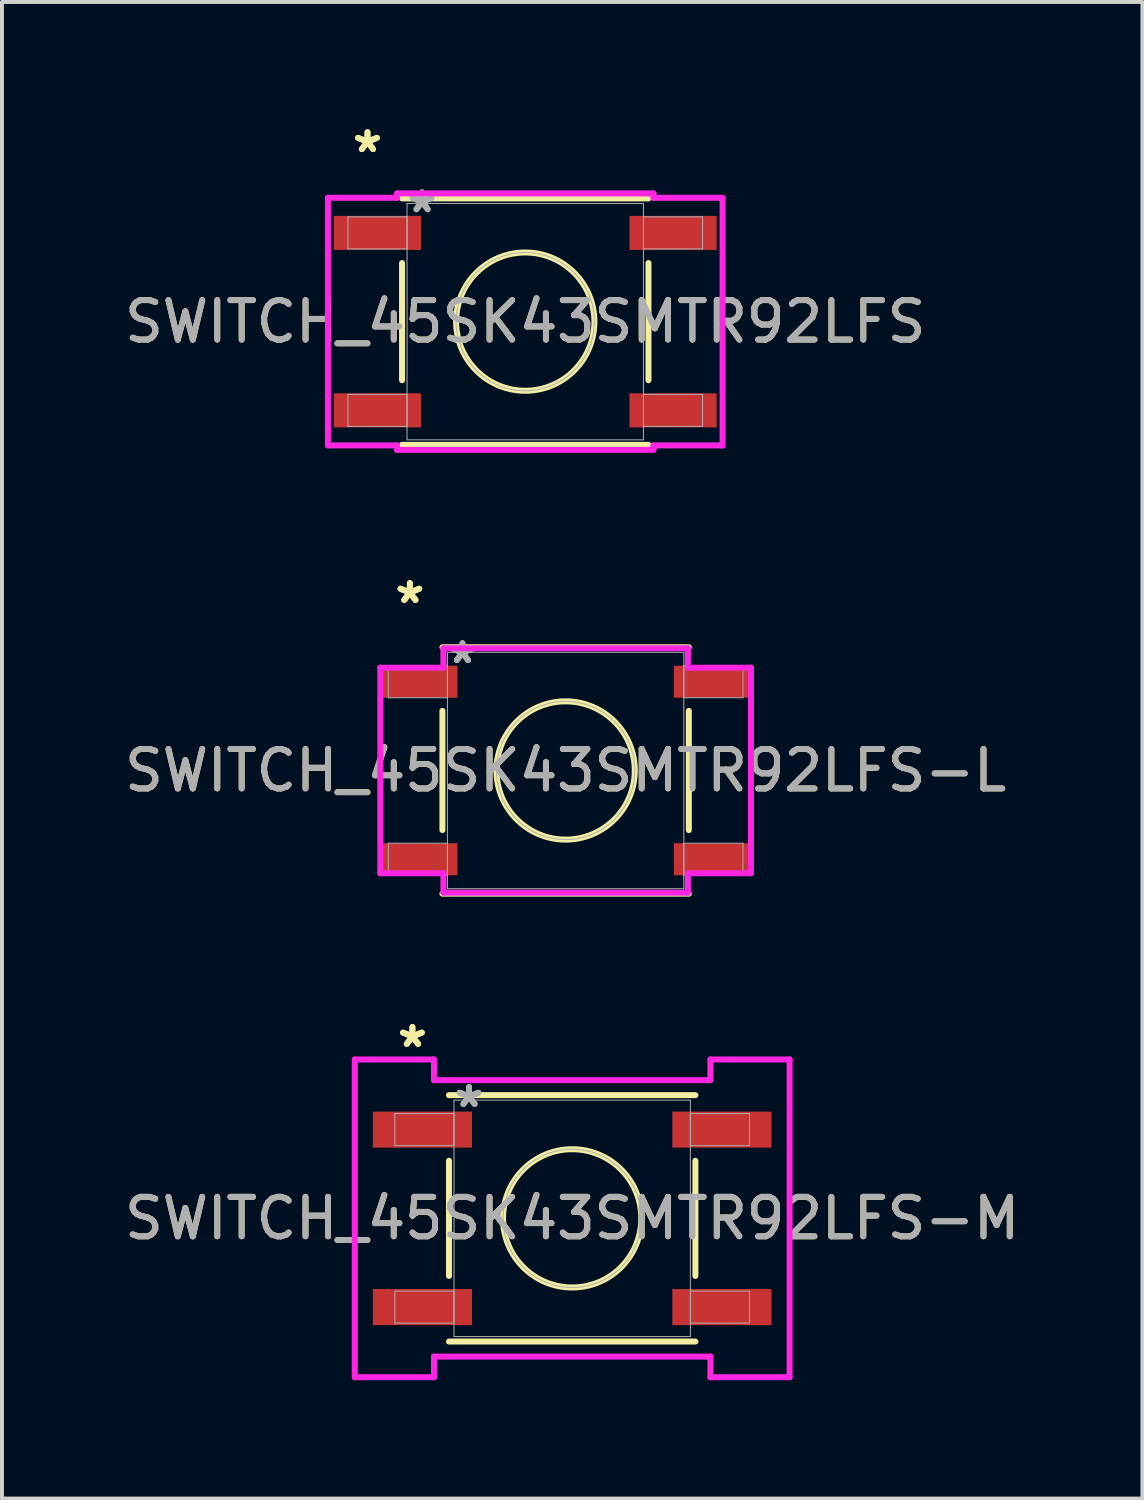
<source format=kicad_pcb>
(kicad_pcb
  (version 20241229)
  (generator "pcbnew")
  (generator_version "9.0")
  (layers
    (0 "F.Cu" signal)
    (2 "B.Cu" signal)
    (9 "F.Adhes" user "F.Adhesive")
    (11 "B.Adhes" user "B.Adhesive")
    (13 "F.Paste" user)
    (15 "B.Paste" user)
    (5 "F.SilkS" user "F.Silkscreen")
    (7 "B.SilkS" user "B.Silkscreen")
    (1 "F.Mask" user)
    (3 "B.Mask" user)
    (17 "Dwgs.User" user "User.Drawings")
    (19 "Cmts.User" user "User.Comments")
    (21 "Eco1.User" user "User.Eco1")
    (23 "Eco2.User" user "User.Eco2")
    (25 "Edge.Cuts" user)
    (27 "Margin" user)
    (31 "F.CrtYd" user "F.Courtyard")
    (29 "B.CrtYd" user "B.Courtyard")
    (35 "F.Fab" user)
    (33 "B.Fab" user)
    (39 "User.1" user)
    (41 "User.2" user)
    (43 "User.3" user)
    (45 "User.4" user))
  (footprint "SWITCH_45SK43SMTR92LFS-M"
    (layer "F.Cu")
    (at 11.458 27.842)
    (property "Reference" "SWITCH_45SK43SMTR92LFS-M" (at 0 0 0) (unlocked yes) (layer "F.SilkS") (effects (font (size 1 1) (thickness 0.15))))
    (attr smd)
    (fp_line (start -3.124 -1.46) (end -3.124 1.46) (stroke (width 0.152) (type solid)) (layer "F.SilkS"))
    (fp_line (start -3.124 3.124) (end 3.124 3.124) (stroke (width 0.152) (type solid)) (layer "F.SilkS"))
    (fp_line (start 3.124 -3.124) (end -3.124 -3.124) (stroke (width 0.152) (type solid)) (layer "F.SilkS"))
    (fp_line (start 3.124 1.46) (end 3.124 -1.46) (stroke (width 0.152) (type solid)) (layer "F.SilkS"))
    (fp_circle (center 0 0) (end 1.753 0) (stroke (width 0.152) (type solid)) (fill no) (layer "F.SilkS"))
    (fp_line (start -5.512 -4.028) (end -3.505 -4.028) (stroke (width 0.152) (type solid)) (layer "F.CrtYd"))
    (fp_line (start -5.512 4.028) (end -5.512 -4.028) (stroke (width 0.152) (type solid)) (layer "F.CrtYd"))
    (fp_line (start -3.505 -4.028) (end -3.505 -3.505) (stroke (width 0.152) (type solid)) (layer "F.CrtYd"))
    (fp_line (start -3.505 -3.505) (end 3.505 -3.505) (stroke (width 0.152) (type solid)) (layer "F.CrtYd"))
    (fp_line (start -3.505 3.505) (end -3.505 4.028) (stroke (width 0.152) (type solid)) (layer "F.CrtYd"))
    (fp_line (start -3.505 4.028) (end -5.512 4.028) (stroke (width 0.152) (type solid)) (layer "F.CrtYd"))
    (fp_line (start 3.505 -4.028) (end 5.512 -4.028) (stroke (width 0.152) (type solid)) (layer "F.CrtYd"))
    (fp_line (start 3.505 -3.505) (end 3.505 -4.028) (stroke (width 0.152) (type solid)) (layer "F.CrtYd"))
    (fp_line (start 3.505 3.505) (end -3.505 3.505) (stroke (width 0.152) (type solid)) (layer "F.CrtYd"))
    (fp_line (start 3.505 4.028) (end 3.505 3.505) (stroke (width 0.152) (type solid)) (layer "F.CrtYd"))
    (fp_line (start 5.512 -4.028) (end 5.512 4.028) (stroke (width 0.152) (type solid)) (layer "F.CrtYd"))
    (fp_line (start 5.512 4.028) (end 3.505 4.028) (stroke (width 0.152) (type solid)) (layer "F.CrtYd"))
    (fp_line (start -4.496 -2.656) (end -4.496 -1.844) (stroke (width 0.025) (type solid)) (layer "F.Fab"))
    (fp_line (start -4.496 -1.844) (end -2.997 -1.844) (stroke (width 0.025) (type solid)) (layer "F.Fab"))
    (fp_line (start -4.496 1.844) (end -4.496 2.656) (stroke (width 0.025) (type solid)) (layer "F.Fab"))
    (fp_line (start -4.496 2.656) (end -2.997 2.656) (stroke (width 0.025) (type solid)) (layer "F.Fab"))
    (fp_line (start -2.997 -2.997) (end -2.997 2.997) (stroke (width 0.025) (type solid)) (layer "F.Fab"))
    (fp_line (start -2.997 -2.656) (end -4.496 -2.656) (stroke (width 0.025) (type solid)) (layer "F.Fab"))
    (fp_line (start -2.997 -1.844) (end -2.997 -2.656) (stroke (width 0.025) (type solid)) (layer "F.Fab"))
    (fp_line (start -2.997 1.844) (end -4.496 1.844) (stroke (width 0.025) (type solid)) (layer "F.Fab"))
    (fp_line (start -2.997 2.656) (end -2.997 1.844) (stroke (width 0.025) (type solid)) (layer "F.Fab"))
    (fp_line (start -2.997 2.997) (end 2.997 2.997) (stroke (width 0.025) (type solid)) (layer "F.Fab"))
    (fp_line (start 2.997 -2.997) (end -2.997 -2.997) (stroke (width 0.025) (type solid)) (layer "F.Fab"))
    (fp_line (start 2.997 -2.656) (end 2.997 -1.844) (stroke (width 0.025) (type solid)) (layer "F.Fab"))
    (fp_line (start 2.997 -1.844) (end 4.496 -1.844) (stroke (width 0.025) (type solid)) (layer "F.Fab"))
    (fp_line (start 2.997 1.844) (end 2.997 2.656) (stroke (width 0.025) (type solid)) (layer "F.Fab"))
    (fp_line (start 2.997 2.656) (end 4.496 2.656) (stroke (width 0.025) (type solid)) (layer "F.Fab"))
    (fp_line (start 2.997 2.997) (end 2.997 -2.997) (stroke (width 0.025) (type solid)) (layer "F.Fab"))
    (fp_line (start 4.496 -2.656) (end 2.997 -2.656) (stroke (width 0.025) (type solid)) (layer "F.Fab"))
    (fp_line (start 4.496 -1.844) (end 4.496 -2.656) (stroke (width 0.025) (type solid)) (layer "F.Fab"))
    (fp_line (start 4.496 1.844) (end 2.997 1.844) (stroke (width 0.025) (type solid)) (layer "F.Fab"))
    (fp_line (start 4.496 2.656) (end 4.496 1.844) (stroke (width 0.025) (type solid)) (layer "F.Fab"))
    (fp_circle (center 0 0) (end 1.753 0) (stroke (width 0.025) (type solid)) (fill no) (layer "F.Fab"))
    (fp_text user "*" (at -4.051 -4.307 0) (unlocked yes) (layer "F.SilkS") (effects (font (size 1 1) (thickness 0.15))))
    (fp_text user "*" (at -4.051 -4.307 0) (layer "F.SilkS") (effects (font (size 1 1) (thickness 0.15))))
    (fp_text user "*" (at -2.616 -2.783 0) (unlocked yes) (layer "F.Fab") (effects (font (size 1 1) (thickness 0.15))))
    (fp_text user "*" (at -2.616 -2.783 0) (layer "F.Fab") (effects (font (size 1 1) (thickness 0.15))))
    (fp_text user "${REFERENCE}" (at 0 0 0) (unlocked yes) (layer "F.Fab") (effects (font (size 1 1) (thickness 0.15))))
    (pad "1" smd rect (at -3.797 -2.25) (size 2.515 0.914) (layers "F.Cu" "F.Mask" "F.Paste"))
    (pad "2" smd rect (at 3.797 -2.25) (size 2.515 0.914) (layers "F.Cu" "F.Mask" "F.Paste"))
    (pad "3" smd rect (at -3.797 2.25) (size 2.515 0.914) (layers "F.Cu" "F.Mask" "F.Paste"))
    (pad "4" smd rect (at 3.797 2.25) (size 2.515 0.914) (layers "F.Cu" "F.Mask" "F.Paste")))
  (footprint "SWITCH_45SK43SMTR92LFS"
    (layer "F.Cu")
    (at 10.268 5.105)
    (property "Reference" "SWITCH_45SK43SMTR92LFS" (at 0 0 0) (unlocked yes) (layer "F.SilkS") (effects (font (size 1 1) (thickness 0.15))))
    (attr smd)
    (fp_line (start -3.124 -1.485) (end -3.124 1.485) (stroke (width 0.152) (type solid)) (layer "F.SilkS"))
    (fp_line (start -3.124 3.124) (end 3.124 3.124) (stroke (width 0.152) (type solid)) (layer "F.SilkS"))
    (fp_line (start 3.124 -3.124) (end -3.124 -3.124) (stroke (width 0.152) (type solid)) (layer "F.SilkS"))
    (fp_line (start 3.124 1.485) (end 3.124 -1.485) (stroke (width 0.152) (type solid)) (layer "F.SilkS"))
    (fp_circle (center 0 0) (end 1.753 0) (stroke (width 0.152) (type solid)) (fill no) (layer "F.SilkS"))
    (fp_line (start -5.004 -3.139) (end -3.251 -3.139) (stroke (width 0.152) (type solid)) (layer "F.CrtYd"))
    (fp_line (start -5.004 3.139) (end -5.004 -3.139) (stroke (width 0.152) (type solid)) (layer "F.CrtYd"))
    (fp_line (start -3.251 -3.251) (end 3.251 -3.251) (stroke (width 0.152) (type solid)) (layer "F.CrtYd"))
    (fp_line (start -3.251 -3.139) (end -3.251 -3.251) (stroke (width 0.152) (type solid)) (layer "F.CrtYd"))
    (fp_line (start -3.251 3.139) (end -5.004 3.139) (stroke (width 0.152) (type solid)) (layer "F.CrtYd"))
    (fp_line (start -3.251 3.251) (end -3.251 3.139) (stroke (width 0.152) (type solid)) (layer "F.CrtYd"))
    (fp_line (start 3.251 -3.251) (end 3.251 -3.139) (stroke (width 0.152) (type solid)) (layer "F.CrtYd"))
    (fp_line (start 3.251 -3.139) (end 5.004 -3.139) (stroke (width 0.152) (type solid)) (layer "F.CrtYd"))
    (fp_line (start 3.251 3.139) (end 3.251 3.251) (stroke (width 0.152) (type solid)) (layer "F.CrtYd"))
    (fp_line (start 3.251 3.251) (end -3.251 3.251) (stroke (width 0.152) (type solid)) (layer "F.CrtYd"))
    (fp_line (start 5.004 -3.139) (end 5.004 3.139) (stroke (width 0.152) (type solid)) (layer "F.CrtYd"))
    (fp_line (start 5.004 3.139) (end 3.251 3.139) (stroke (width 0.152) (type solid)) (layer "F.CrtYd"))
    (fp_line (start -4.496 -2.656) (end -4.496 -1.844) (stroke (width 0.025) (type solid)) (layer "F.Fab"))
    (fp_line (start -4.496 -1.844) (end -2.997 -1.844) (stroke (width 0.025) (type solid)) (layer "F.Fab"))
    (fp_line (start -4.496 1.844) (end -4.496 2.656) (stroke (width 0.025) (type solid)) (layer "F.Fab"))
    (fp_line (start -4.496 2.656) (end -2.997 2.656) (stroke (width 0.025) (type solid)) (layer "F.Fab"))
    (fp_line (start -2.997 -2.997) (end -2.997 2.997) (stroke (width 0.025) (type solid)) (layer "F.Fab"))
    (fp_line (start -2.997 -2.656) (end -4.496 -2.656) (stroke (width 0.025) (type solid)) (layer "F.Fab"))
    (fp_line (start -2.997 -1.844) (end -2.997 -2.656) (stroke (width 0.025) (type solid)) (layer "F.Fab"))
    (fp_line (start -2.997 1.844) (end -4.496 1.844) (stroke (width 0.025) (type solid)) (layer "F.Fab"))
    (fp_line (start -2.997 2.656) (end -2.997 1.844) (stroke (width 0.025) (type solid)) (layer "F.Fab"))
    (fp_line (start -2.997 2.997) (end 2.997 2.997) (stroke (width 0.025) (type solid)) (layer "F.Fab"))
    (fp_line (start 2.997 -2.997) (end -2.997 -2.997) (stroke (width 0.025) (type solid)) (layer "F.Fab"))
    (fp_line (start 2.997 -2.656) (end 2.997 -1.844) (stroke (width 0.025) (type solid)) (layer "F.Fab"))
    (fp_line (start 2.997 -1.844) (end 4.496 -1.844) (stroke (width 0.025) (type solid)) (layer "F.Fab"))
    (fp_line (start 2.997 1.844) (end 2.997 2.656) (stroke (width 0.025) (type solid)) (layer "F.Fab"))
    (fp_line (start 2.997 2.656) (end 4.496 2.656) (stroke (width 0.025) (type solid)) (layer "F.Fab"))
    (fp_line (start 2.997 2.997) (end 2.997 -2.997) (stroke (width 0.025) (type solid)) (layer "F.Fab"))
    (fp_line (start 4.496 -2.656) (end 2.997 -2.656) (stroke (width 0.025) (type solid)) (layer "F.Fab"))
    (fp_line (start 4.496 -1.844) (end 4.496 -2.656) (stroke (width 0.025) (type solid)) (layer "F.Fab"))
    (fp_line (start 4.496 1.844) (end 2.997 1.844) (stroke (width 0.025) (type solid)) (layer "F.Fab"))
    (fp_line (start 4.496 2.656) (end 4.496 1.844) (stroke (width 0.025) (type solid)) (layer "F.Fab"))
    (fp_circle (center 0 0) (end 1.753 0) (stroke (width 0.025) (type solid)) (fill no) (layer "F.Fab"))
    (fp_text user "*" (at -4 -4.257 0) (layer "F.SilkS") (effects (font (size 1 1) (thickness 0.15))))
    (fp_text user "*" (at -4 -4.257 0) (unlocked yes) (layer "F.SilkS") (effects (font (size 1 1) (thickness 0.15))))
    (fp_text user "*" (at -2.616 -2.733 0) (unlocked yes) (layer "F.Fab") (effects (font (size 1 1) (thickness 0.15))))
    (fp_text user "${REFERENCE}" (at 0 0 0) (unlocked yes) (layer "F.Fab") (effects (font (size 1 1) (thickness 0.15))))
    (fp_text user "*" (at -2.616 -2.733 0) (layer "F.Fab") (effects (font (size 1 1) (thickness 0.15))))
    (pad "1" smd rect (at -3.747 -2.25) (size 2.21 0.864) (layers "F.Cu" "F.Mask" "F.Paste"))
    (pad "2" smd rect (at 3.747 -2.25) (size 2.21 0.864) (layers "F.Cu" "F.Mask" "F.Paste"))
    (pad "3" smd rect (at -3.747 2.25) (size 2.21 0.864) (layers "F.Cu" "F.Mask" "F.Paste"))
    (pad "4" smd rect (at 3.747 2.25) (size 2.21 0.864) (layers "F.Cu" "F.Mask" "F.Paste")))
  (footprint "SWITCH_45SK43SMTR92LFS-L"
    (layer "F.Cu")
    (at 11.292 16.486)
    (property "Reference" "SWITCH_45SK43SMTR92LFS-L" (at 0 0 0) (unlocked yes) (layer "F.SilkS") (effects (font (size 1 1) (thickness 0.15))))
    (attr smd)
    (fp_line (start -3.124 -1.511) (end -3.124 1.511) (stroke (width 0.152) (type solid)) (layer "F.SilkS"))
    (fp_line (start -3.124 3.124) (end 3.124 3.124) (stroke (width 0.152) (type solid)) (layer "F.SilkS"))
    (fp_line (start 3.124 -3.124) (end -3.124 -3.124) (stroke (width 0.152) (type solid)) (layer "F.SilkS"))
    (fp_line (start 3.124 1.511) (end 3.124 -1.511) (stroke (width 0.152) (type solid)) (layer "F.SilkS"))
    (fp_circle (center 0 0) (end 1.753 0) (stroke (width 0.152) (type solid)) (fill no) (layer "F.SilkS"))
    (fp_line (start -4.699 -2.606) (end -3.099 -2.606) (stroke (width 0.152) (type solid)) (layer "F.CrtYd"))
    (fp_line (start -4.699 2.606) (end -4.699 -2.606) (stroke (width 0.152) (type solid)) (layer "F.CrtYd"))
    (fp_line (start -3.099 -3.099) (end 3.099 -3.099) (stroke (width 0.152) (type solid)) (layer "F.CrtYd"))
    (fp_line (start -3.099 -2.606) (end -3.099 -3.099) (stroke (width 0.152) (type solid)) (layer "F.CrtYd"))
    (fp_line (start -3.099 2.606) (end -4.699 2.606) (stroke (width 0.152) (type solid)) (layer "F.CrtYd"))
    (fp_line (start -3.099 3.099) (end -3.099 2.606) (stroke (width 0.152) (type solid)) (layer "F.CrtYd"))
    (fp_line (start 3.099 -3.099) (end 3.099 -2.606) (stroke (width 0.152) (type solid)) (layer "F.CrtYd"))
    (fp_line (start 3.099 -2.606) (end 4.699 -2.606) (stroke (width 0.152) (type solid)) (layer "F.CrtYd"))
    (fp_line (start 3.099 2.606) (end 3.099 3.099) (stroke (width 0.152) (type solid)) (layer "F.CrtYd"))
    (fp_line (start 3.099 3.099) (end -3.099 3.099) (stroke (width 0.152) (type solid)) (layer "F.CrtYd"))
    (fp_line (start 4.699 -2.606) (end 4.699 2.606) (stroke (width 0.152) (type solid)) (layer "F.CrtYd"))
    (fp_line (start 4.699 2.606) (end 3.099 2.606) (stroke (width 0.152) (type solid)) (layer "F.CrtYd"))
    (fp_line (start -4.496 -2.656) (end -4.496 -1.844) (stroke (width 0.025) (type solid)) (layer "F.Fab"))
    (fp_line (start -4.496 -1.844) (end -2.997 -1.844) (stroke (width 0.025) (type solid)) (layer "F.Fab"))
    (fp_line (start -4.496 1.844) (end -4.496 2.656) (stroke (width 0.025) (type solid)) (layer "F.Fab"))
    (fp_line (start -4.496 2.656) (end -2.997 2.656) (stroke (width 0.025) (type solid)) (layer "F.Fab"))
    (fp_line (start -2.997 -2.997) (end -2.997 2.997) (stroke (width 0.025) (type solid)) (layer "F.Fab"))
    (fp_line (start -2.997 -2.656) (end -4.496 -2.656) (stroke (width 0.025) (type solid)) (layer "F.Fab"))
    (fp_line (start -2.997 -1.844) (end -2.997 -2.656) (stroke (width 0.025) (type solid)) (layer "F.Fab"))
    (fp_line (start -2.997 1.844) (end -4.496 1.844) (stroke (width 0.025) (type solid)) (layer "F.Fab"))
    (fp_line (start -2.997 2.656) (end -2.997 1.844) (stroke (width 0.025) (type solid)) (layer "F.Fab"))
    (fp_line (start -2.997 2.997) (end 2.997 2.997) (stroke (width 0.025) (type solid)) (layer "F.Fab"))
    (fp_line (start 2.997 -2.997) (end -2.997 -2.997) (stroke (width 0.025) (type solid)) (layer "F.Fab"))
    (fp_line (start 2.997 -2.656) (end 2.997 -1.844) (stroke (width 0.025) (type solid)) (layer "F.Fab"))
    (fp_line (start 2.997 -1.844) (end 4.496 -1.844) (stroke (width 0.025) (type solid)) (layer "F.Fab"))
    (fp_line (start 2.997 1.844) (end 2.997 2.656) (stroke (width 0.025) (type solid)) (layer "F.Fab"))
    (fp_line (start 2.997 2.656) (end 4.496 2.656) (stroke (width 0.025) (type solid)) (layer "F.Fab"))
    (fp_line (start 2.997 2.997) (end 2.997 -2.997) (stroke (width 0.025) (type solid)) (layer "F.Fab"))
    (fp_line (start 4.496 -2.656) (end 2.997 -2.656) (stroke (width 0.025) (type solid)) (layer "F.Fab"))
    (fp_line (start 4.496 -1.844) (end 4.496 -2.656) (stroke (width 0.025) (type solid)) (layer "F.Fab"))
    (fp_line (start 4.496 1.844) (end 2.997 1.844) (stroke (width 0.025) (type solid)) (layer "F.Fab"))
    (fp_line (start 4.496 2.656) (end 4.496 1.844) (stroke (width 0.025) (type solid)) (layer "F.Fab"))
    (fp_circle (center 0 0) (end 1.753 0) (stroke (width 0.025) (type solid)) (fill no) (layer "F.Fab"))
    (fp_text user "*" (at -3.95 -4.206 0) (layer "F.SilkS") (effects (font (size 1 1) (thickness 0.15))))
    (fp_text user "*" (at -3.95 -4.206 0) (unlocked yes) (layer "F.SilkS") (effects (font (size 1 1) (thickness 0.15))))
    (fp_text user "*" (at -2.616 -2.682 0) (unlocked yes) (layer "F.Fab") (effects (font (size 1 1) (thickness 0.15))))
    (fp_text user "*" (at -2.616 -2.682 0) (layer "F.Fab") (effects (font (size 1 1) (thickness 0.15))))
    (fp_text user "${REFERENCE}" (at 0 0 0) (unlocked yes) (layer "F.Fab") (effects (font (size 1 1) (thickness 0.15))))
    (pad "1" smd rect (at -3.696 -2.25) (size 1.905 0.813) (layers "F.Cu" "F.Mask" "F.Paste"))
    (pad "2" smd rect (at 3.696 -2.25) (size 1.905 0.813) (layers "F.Cu" "F.Mask" "F.Paste"))
    (pad "3" smd rect (at -3.696 2.25) (size 1.905 0.813) (layers "F.Cu" "F.Mask" "F.Paste"))
    (pad "4" smd rect (at 3.696 2.25) (size 1.905 0.813) (layers "F.Cu" "F.Mask" "F.Paste")))
  (gr_rect
    (start -3 -3)
    (end 25.917 34.947)
    (stroke (width 0.1) (type default))
    (fill no)
    (layer "Edge.Cuts")))
</source>
